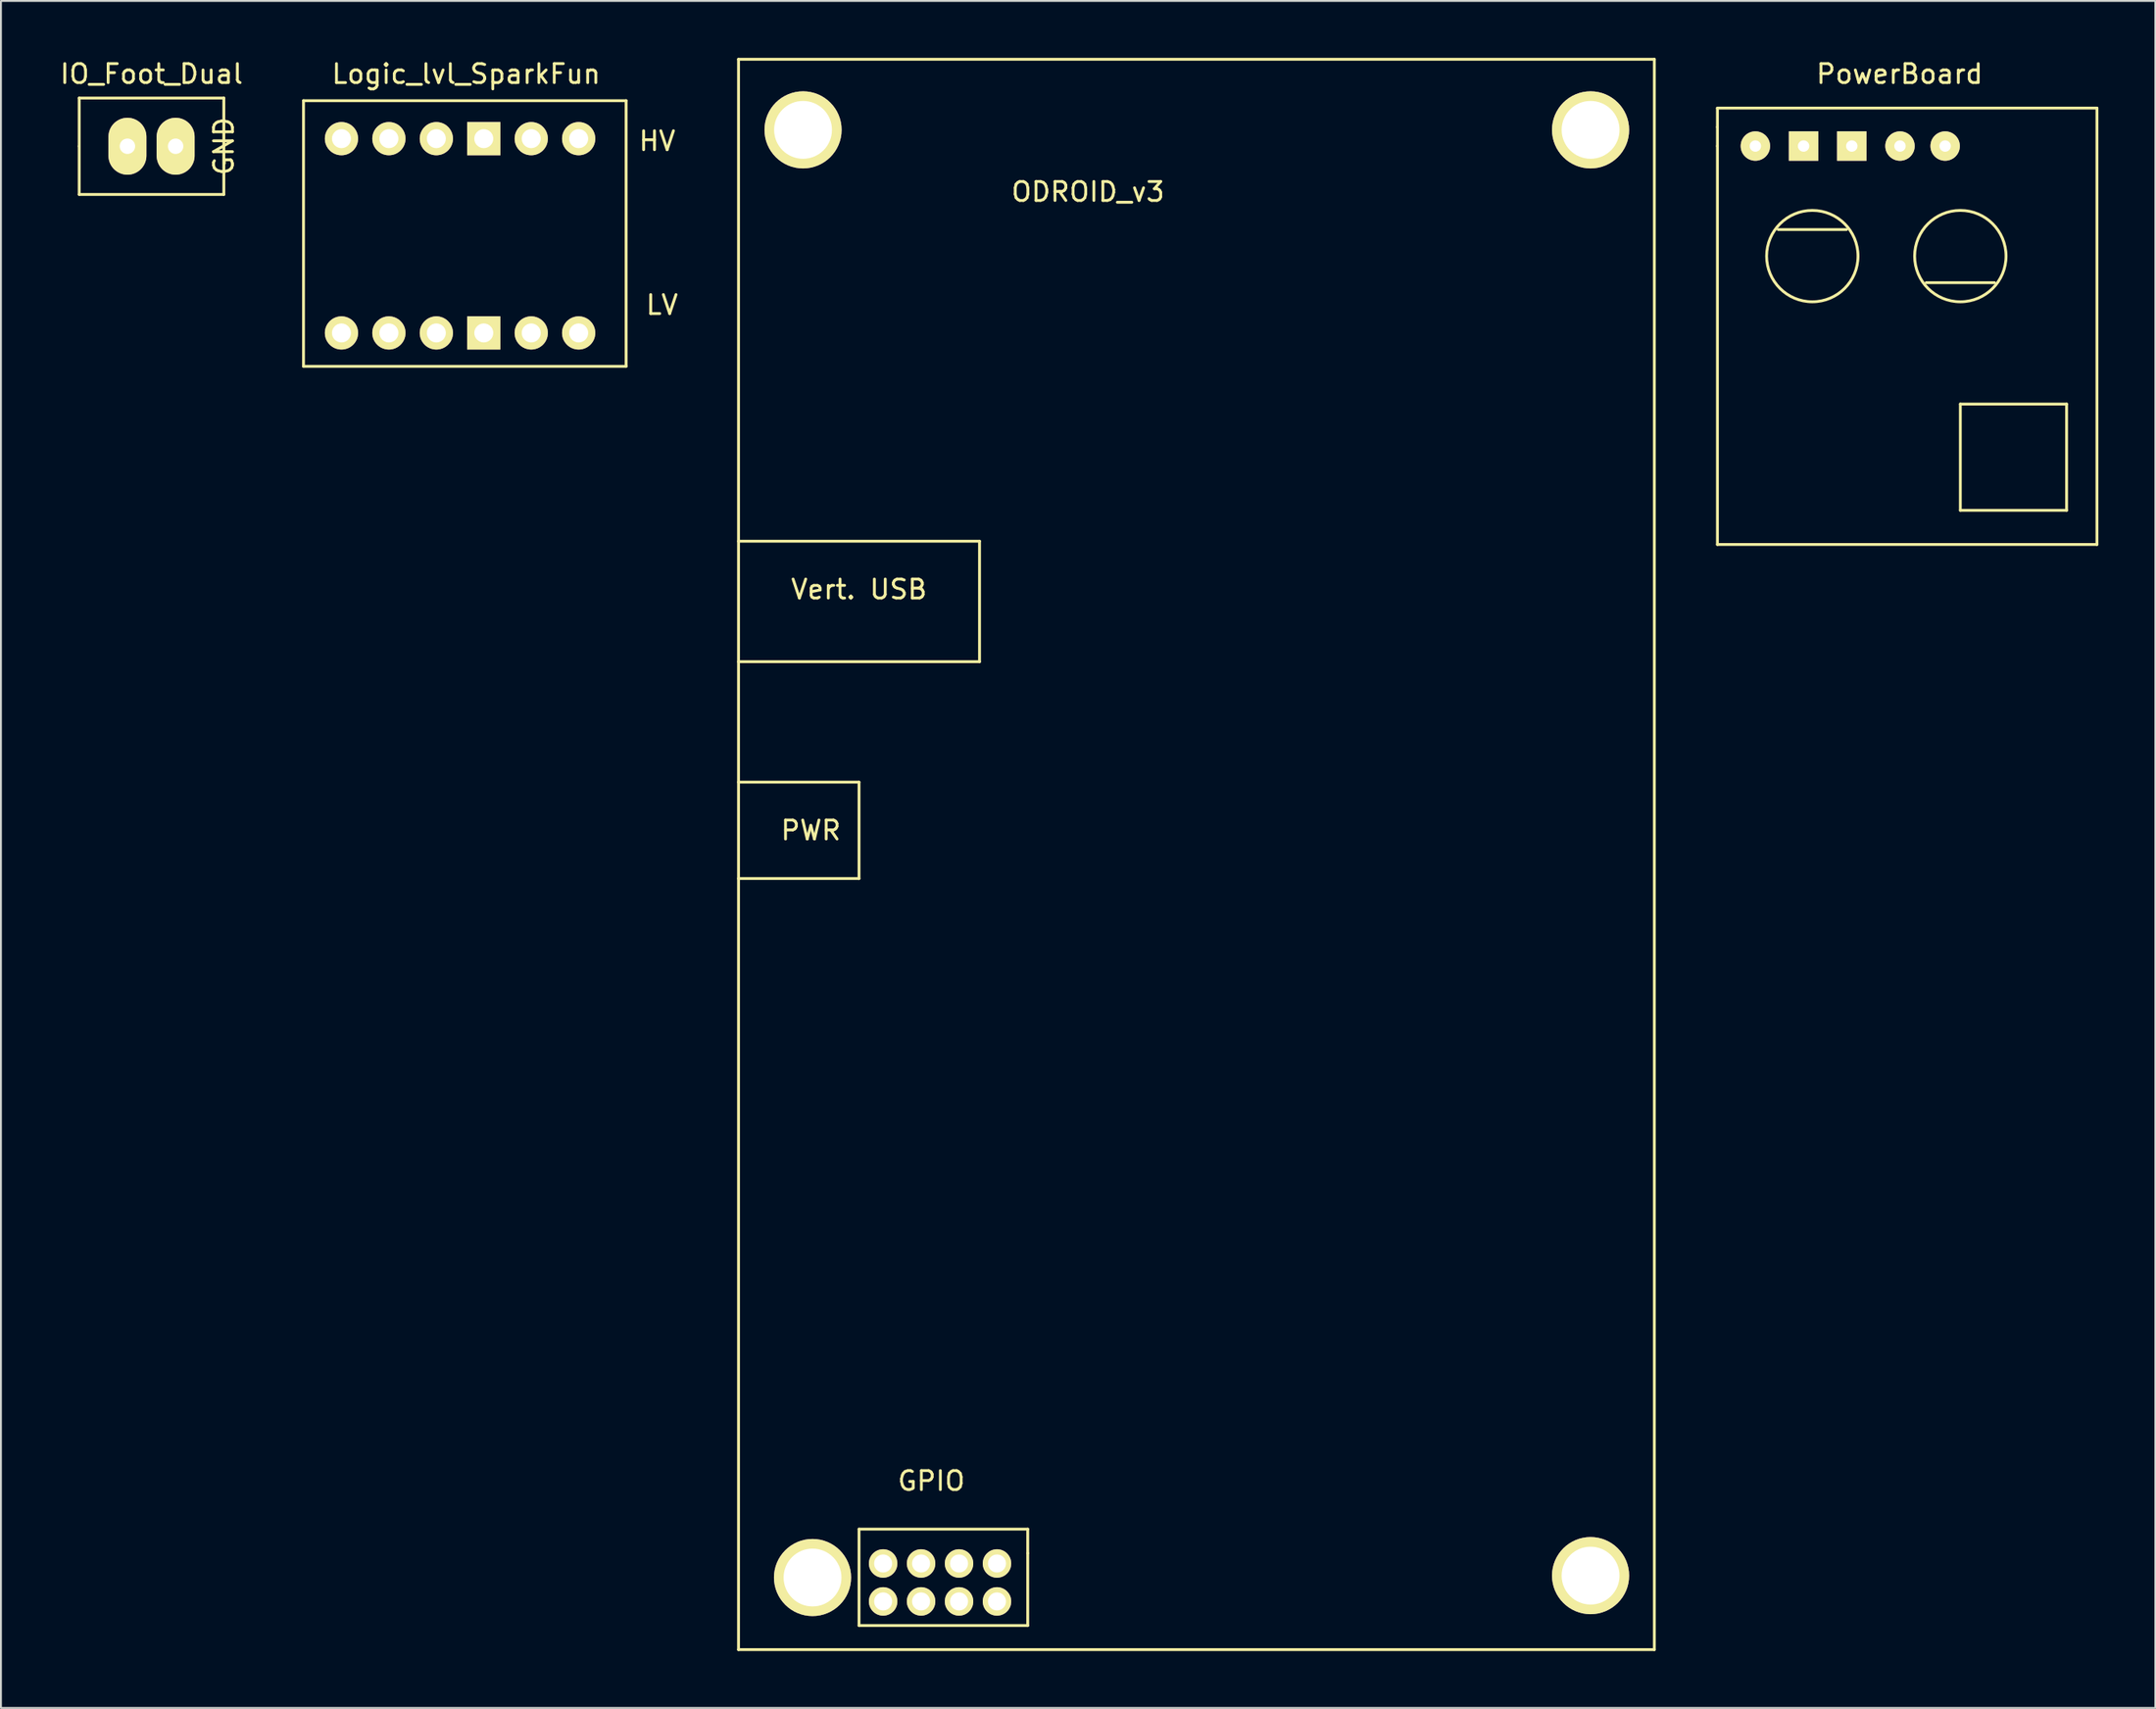
<source format=kicad_pcb>
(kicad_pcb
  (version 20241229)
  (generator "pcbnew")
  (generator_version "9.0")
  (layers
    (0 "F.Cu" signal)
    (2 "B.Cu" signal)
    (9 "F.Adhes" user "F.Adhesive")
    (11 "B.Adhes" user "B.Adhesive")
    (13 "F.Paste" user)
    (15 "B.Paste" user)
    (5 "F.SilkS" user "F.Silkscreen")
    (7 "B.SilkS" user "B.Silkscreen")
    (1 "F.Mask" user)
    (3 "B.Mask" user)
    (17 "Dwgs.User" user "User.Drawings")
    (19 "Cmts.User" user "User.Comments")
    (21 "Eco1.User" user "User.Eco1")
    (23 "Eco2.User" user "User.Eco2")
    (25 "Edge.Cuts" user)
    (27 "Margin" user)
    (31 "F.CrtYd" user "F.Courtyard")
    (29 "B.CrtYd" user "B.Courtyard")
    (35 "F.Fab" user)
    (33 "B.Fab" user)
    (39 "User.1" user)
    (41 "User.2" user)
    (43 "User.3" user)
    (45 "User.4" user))
  (footprint "PowerBoard"
    (layer "F.Cu")
    (at 87.453 2.648)
    (property "Reference" "PowerBoard" (at 9.6 -1.8 0) (layer "F.SilkS") (effects (font (size 1 1) (thickness 0.15))))
    (attr through_hole)
    (fp_line (start 0 0) (end 0 1) (stroke (width 0.15) (type solid)) (layer "F.SilkS"))
    (fp_line (start 0 1) (end 0 2) (stroke (width 0.15) (type solid)) (layer "F.SilkS"))
    (fp_line (start 0 2) (end 0 23) (stroke (width 0.15) (type solid)) (layer "F.SilkS"))
    (fp_line (start 0 23) (end 20 23) (stroke (width 0.15) (type solid)) (layer "F.SilkS"))
    (fp_line (start 3.2 6.4) (end 6.8 6.4) (stroke (width 0.15) (type solid)) (layer "F.SilkS"))
    (fp_line (start 11 9.2) (end 14.6 9.2) (stroke (width 0.15) (type solid)) (layer "F.SilkS"))
    (fp_line (start 12.8 15.6) (end 18.4 15.6) (stroke (width 0.15) (type solid)) (layer "F.SilkS"))
    (fp_line (start 12.8 21.2) (end 12.8 15.6) (stroke (width 0.15) (type solid)) (layer "F.SilkS"))
    (fp_line (start 18.4 15.6) (end 18.4 21.2) (stroke (width 0.15) (type solid)) (layer "F.SilkS"))
    (fp_line (start 18.4 21.2) (end 12.8 21.2) (stroke (width 0.15) (type solid)) (layer "F.SilkS"))
    (fp_line (start 20 0) (end 0 0) (stroke (width 0.15) (type solid)) (layer "F.SilkS"))
    (fp_line (start 20 23) (end 20 0) (stroke (width 0.15) (type solid)) (layer "F.SilkS"))
    (fp_circle (center 5 7.8) (end 6.6 6) (stroke (width 0.15) (type solid)) (fill no) (layer "F.SilkS"))
    (fp_circle (center 12.8 7.8) (end 14.4 6) (stroke (width 0.15) (type solid)) (fill no) (layer "F.SilkS"))
    (pad "1" thru_hole circle (at 2 2) (size 1.55 1.55) (drill 0.6) (layers "*.Cu" "*.Mask" "F.SilkS"))
    (pad "2" thru_hole rect (at 4.54 2) (size 1.55 1.55) (drill 0.6) (layers "*.Cu" "*.Mask" "F.SilkS"))
    (pad "3" thru_hole rect (at 7.08 2) (size 1.55 1.55) (drill 0.6) (layers "*.Cu" "*.Mask" "F.SilkS"))
    (pad "4" thru_hole circle (at 9.62 2) (size 1.55 1.55) (drill 0.6) (layers "*.Cu" "*.Mask" "F.SilkS"))
    (pad "5" thru_hole circle (at 12 2) (size 1.55 1.55) (drill 0.6) (layers "*.Cu" "*.Mask" "F.SilkS")))
  (footprint "ODROID_v3"
    (layer "F.Cu")
    (at 60.633 47.7)
    (property "Reference" "ODROID_v3" (at -6.35 -40.64 0) (layer "F.SilkS") (effects (font (size 1 1) (thickness 0.15))))
    (attr through_hole)
    (fp_line (start -24.765 -47.625) (end -24.765 36.195) (stroke (width 0.15) (type solid)) (layer "F.SilkS"))
    (fp_line (start -24.765 -22.225) (end -12.065 -22.225) (stroke (width 0.15) (type solid)) (layer "F.SilkS"))
    (fp_line (start -24.765 -4.445) (end -18.415 -4.445) (stroke (width 0.15) (type solid)) (layer "F.SilkS"))
    (fp_line (start -24.765 36.195) (end 23.495 36.195) (stroke (width 0.15) (type solid)) (layer "F.SilkS"))
    (fp_line (start -18.415 -9.525) (end -24.765 -9.525) (stroke (width 0.15) (type solid)) (layer "F.SilkS"))
    (fp_line (start -18.415 -4.445) (end -18.415 -9.525) (stroke (width 0.15) (type solid)) (layer "F.SilkS"))
    (fp_line (start -18.415 29.845) (end -18.415 34.925) (stroke (width 0.15) (type solid)) (layer "F.SilkS"))
    (fp_line (start -18.415 34.925) (end -9.525 34.925) (stroke (width 0.15) (type solid)) (layer "F.SilkS"))
    (fp_line (start -12.065 -22.225) (end -12.065 -15.875) (stroke (width 0.15) (type solid)) (layer "F.SilkS"))
    (fp_line (start -12.065 -15.875) (end -24.765 -15.875) (stroke (width 0.15) (type solid)) (layer "F.SilkS"))
    (fp_line (start -9.525 29.845) (end -18.415 29.845) (stroke (width 0.15) (type solid)) (layer "F.SilkS"))
    (fp_line (start -9.525 31.115) (end -9.525 29.845) (stroke (width 0.15) (type solid)) (layer "F.SilkS"))
    (fp_line (start -9.525 34.925) (end -9.525 31.115) (stroke (width 0.15) (type solid)) (layer "F.SilkS"))
    (fp_line (start 23.495 -47.625) (end -24.765 -47.625) (stroke (width 0.15) (type solid)) (layer "F.SilkS"))
    (fp_line (start 23.495 36.195) (end 23.495 -47.625) (stroke (width 0.15) (type solid)) (layer "F.SilkS"))
    (fp_text user "GPIO" (at -14.605 27.305 180) (layer "F.SilkS") (effects (font (size 1 1) (thickness 0.15))))
    (fp_text user "PWR" (at -20.955 -6.985 180) (layer "F.SilkS") (effects (font (size 1 1) (thickness 0.15))))
    (fp_text user "Vert. USB" (at -18.415 -19.685 180) (layer "F.SilkS") (effects (font (size 1 1) (thickness 0.15))))
    (pad "" thru_hole circle (at -21.365 -43.905) (size 4.064 4.064) (drill 3.048) (layers "*.Cu" "*.Mask" "F.SilkS"))
    (pad "" thru_hole circle (at -20.865 32.395) (size 4.064 4.064) (drill 3.048) (layers "*.Cu" "*.Mask" "F.SilkS"))
    (pad "" thru_hole circle (at 20.135 -43.905) (size 4.064 4.064) (drill 3.048) (layers "*.Cu" "*.Mask" "F.SilkS"))
    (pad "" thru_hole circle (at 20.135 32.295) (size 4.064 4.064) (drill 3.048) (layers "*.Cu" "*.Mask" "F.SilkS"))
    (pad "1" thru_hole oval (at -11.145 33.655) (size 1.5 1.5) (drill 0.95) (layers "*.Cu" "*.Mask" "F.SilkS"))
    (pad "2" thru_hole oval (at -11.145 31.655) (size 1.5 1.5) (drill 0.95) (layers "*.Cu" "*.Mask" "F.SilkS"))
    (pad "3" thru_hole oval (at -13.145 33.655) (size 1.5 1.5) (drill 0.95) (layers "*.Cu" "*.Mask" "F.SilkS"))
    (pad "4" thru_hole oval (at -13.145 31.655) (size 1.5 1.5) (drill 0.95) (layers "*.Cu" "*.Mask" "F.SilkS"))
    (pad "5" thru_hole oval (at -15.145 33.655) (size 1.5 1.5) (drill 0.95) (layers "*.Cu" "*.Mask" "F.SilkS"))
    (pad "6" thru_hole oval (at -15.145 31.655) (size 1.5 1.5) (drill 0.95) (layers "*.Cu" "*.Mask" "F.SilkS"))
    (pad "7" thru_hole oval (at -17.145 33.655) (size 1.5 1.5) (drill 0.95) (layers "*.Cu" "*.Mask" "F.SilkS"))
    (pad "8" thru_hole oval (at -17.145 31.655) (size 1.5 1.5) (drill 0.95) (layers "*.Cu" "*.Mask" "F.SilkS")))
  (footprint "IO_Foot_Dual"
    (layer "F.Cu")
    (at 3.665 4.658)
    (property "Reference" "IO_Foot_Dual" (at 1.27 -3.81 0) (layer "F.SilkS") (effects (font (size 1 1) (thickness 0.15))))
    (attr through_hole)
    (fp_line (start -2.54 -2.54) (end 5.08 -2.54) (stroke (width 0.15) (type solid)) (layer "F.SilkS"))
    (fp_line (start -2.54 0) (end -2.54 -2.54) (stroke (width 0.15) (type solid)) (layer "F.SilkS"))
    (fp_line (start -2.54 2.54) (end -2.54 0) (stroke (width 0.15) (type solid)) (layer "F.SilkS"))
    (fp_line (start 5.08 -2.54) (end 5.08 2.54) (stroke (width 0.15) (type solid)) (layer "F.SilkS"))
    (fp_line (start 5.08 2.54) (end -2.54 2.54) (stroke (width 0.15) (type solid)) (layer "F.SilkS"))
    (fp_text user "GND" (at 5.08 0 90) (layer "F.SilkS") (effects (font (size 1 1) (thickness 0.15))))
    (pad "1" thru_hole oval (at 0 0) (size 2 3) (drill 0.813) (layers "*.Cu" "*.Mask" "F.SilkS"))
    (pad "2" thru_hole oval (at 2.54 0) (size 2 3) (drill 0.813) (layers "*.Cu" "*.Mask" "F.SilkS")))
  (footprint "Logic_lvl_SparkFun"
    (layer "F.Cu")
    (at 14.944 4.258)
    (property "Reference" "Logic_lvl_SparkFun" (at 6.57 -3.41 0) (layer "F.SilkS") (effects (font (size 1 1) (thickness 0.15))))
    (attr through_hole)
    (fp_line (start -2 -2) (end 15 -2) (stroke (width 0.15) (type solid)) (layer "F.SilkS"))
    (fp_line (start -2 12) (end -2 -2) (stroke (width 0.15) (type solid)) (layer "F.SilkS"))
    (fp_line (start 15 -2) (end 15 12) (stroke (width 0.15) (type solid)) (layer "F.SilkS"))
    (fp_line (start 15 12) (end -2 12) (stroke (width 0.15) (type solid)) (layer "F.SilkS"))
    (fp_text user "HV" (at 16.637 0.127 0) (layer "F.SilkS") (effects (font (size 1 1) (thickness 0.15))))
    (fp_text user "LV" (at 16.891 8.763 0) (layer "F.SilkS") (effects (font (size 1 1) (thickness 0.15))))
    (pad "1" thru_hole circle (at 0 0) (size 1.75 1.75) (drill 1) (layers "*.Cu" "*.Mask" "F.SilkS"))
    (pad "2" thru_hole circle (at 2.5 0) (size 1.75 1.75) (drill 1) (layers "*.Cu" "*.Mask" "F.SilkS"))
    (pad "3" thru_hole circle (at 5 0) (size 1.75 1.75) (drill 1) (layers "*.Cu" "*.Mask" "F.SilkS"))
    (pad "4" thru_hole rect (at 7.5 0) (size 1.75 1.75) (drill 1) (layers "*.Cu" "*.Mask" "F.SilkS"))
    (pad "5" thru_hole circle (at 10 0) (size 1.75 1.75) (drill 1) (layers "*.Cu" "*.Mask" "F.SilkS"))
    (pad "6" thru_hole circle (at 12.5 0) (size 1.75 1.75) (drill 1) (layers "*.Cu" "*.Mask" "F.SilkS"))
    (pad "7" thru_hole circle (at 0 10.24) (size 1.75 1.75) (drill 1) (layers "*.Cu" "*.Mask" "F.SilkS"))
    (pad "8" thru_hole circle (at 2.5 10.24) (size 1.75 1.75) (drill 1) (layers "*.Cu" "*.Mask" "F.SilkS"))
    (pad "9" thru_hole circle (at 5 10.24) (size 1.75 1.75) (drill 1) (layers "*.Cu" "*.Mask" "F.SilkS"))
    (pad "10" thru_hole rect (at 7.5 10.24) (size 1.75 1.75) (drill 1) (layers "*.Cu" "*.Mask" "F.SilkS"))
    (pad "11" thru_hole circle (at 10 10.24) (size 1.75 1.75) (drill 1) (layers "*.Cu" "*.Mask" "F.SilkS"))
    (pad "12" thru_hole circle (at 12.5 10.24) (size 1.75 1.75) (drill 1) (layers "*.Cu" "*.Mask" "F.SilkS")))
  (gr_rect
    (start -3 -3)
    (end 110.528 86.97)
    (stroke (width 0.1) (type default))
    (fill no)
    (layer "Edge.Cuts")))
</source>
